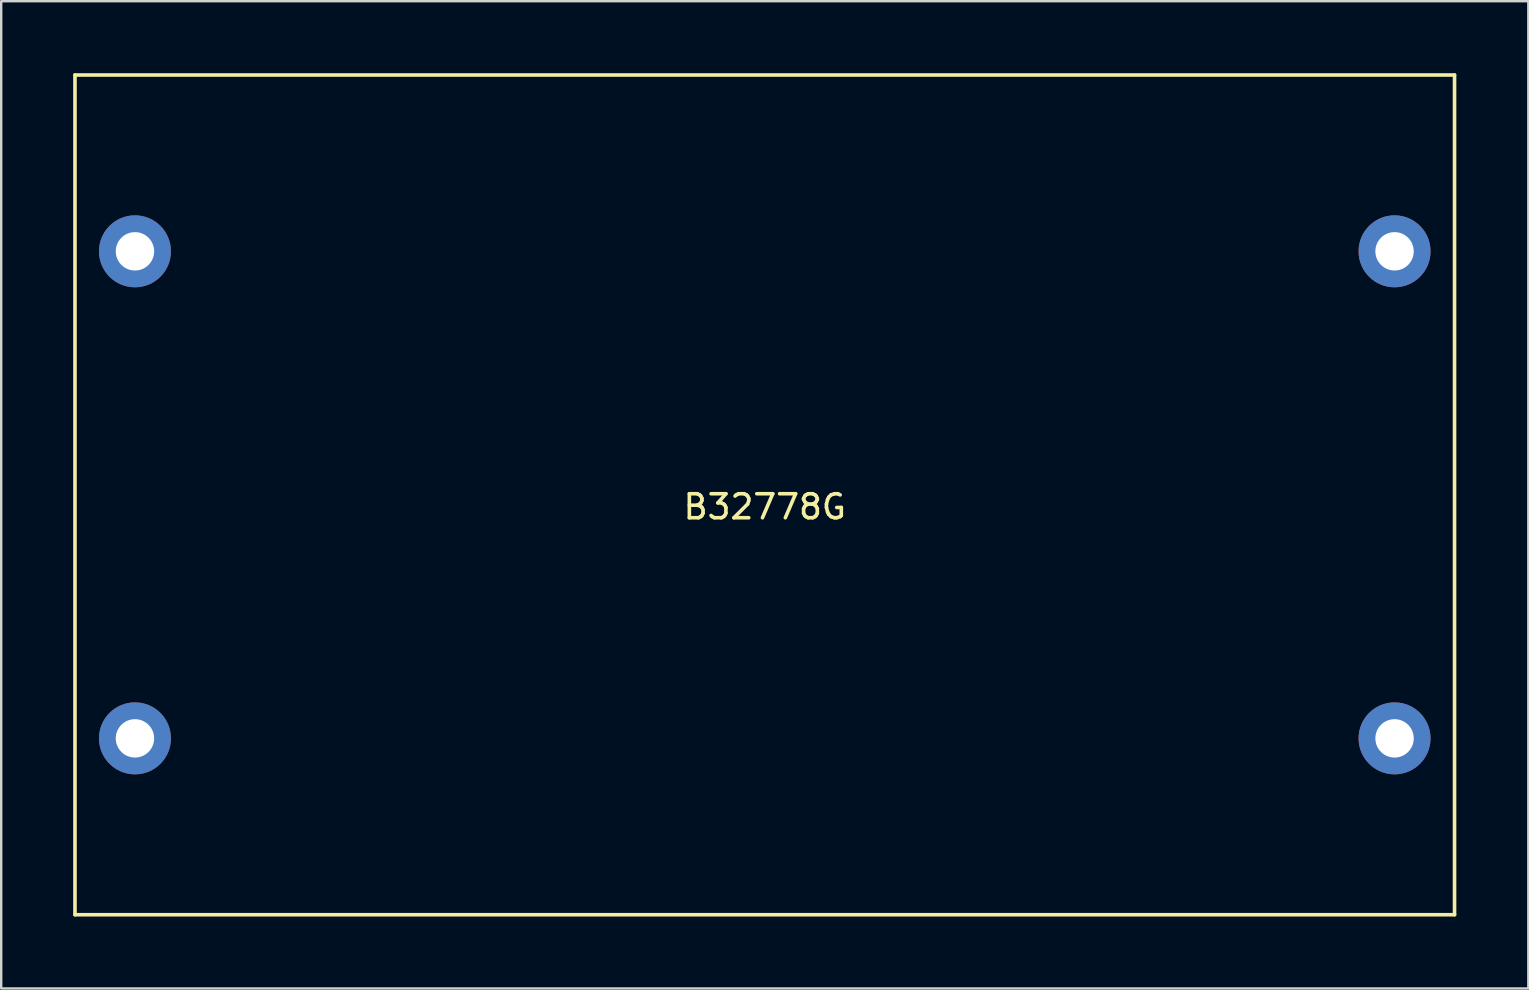
<source format=kicad_pcb>
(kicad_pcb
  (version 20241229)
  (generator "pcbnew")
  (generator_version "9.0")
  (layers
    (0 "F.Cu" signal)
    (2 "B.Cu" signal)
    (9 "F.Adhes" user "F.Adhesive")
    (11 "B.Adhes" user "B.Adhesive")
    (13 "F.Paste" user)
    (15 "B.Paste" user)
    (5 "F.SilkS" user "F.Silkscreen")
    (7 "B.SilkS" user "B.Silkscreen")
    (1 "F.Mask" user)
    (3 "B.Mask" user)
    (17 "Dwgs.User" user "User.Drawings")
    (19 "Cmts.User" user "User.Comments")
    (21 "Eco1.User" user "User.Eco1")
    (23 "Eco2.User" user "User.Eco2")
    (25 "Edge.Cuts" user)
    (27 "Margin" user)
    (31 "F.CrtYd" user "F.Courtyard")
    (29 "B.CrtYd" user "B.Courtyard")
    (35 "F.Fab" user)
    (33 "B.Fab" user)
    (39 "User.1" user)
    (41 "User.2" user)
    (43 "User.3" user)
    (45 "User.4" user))
  (footprint "B32778G"
    (layer "F.Cu")
    (at 28.825 17.575)
    (property "Reference" "B32778G" (at 0 0.5 0) (layer "F.SilkS") (effects (font (size 1 1) (thickness 0.15))))
    (attr through_hole)
    (fp_line (start -28.75 -17.5) (end 28.75 -17.5) (stroke (width 0.15) (type solid)) (layer "F.SilkS"))
    (fp_line (start -28.75 17.5) (end -28.75 -17.5) (stroke (width 0.15) (type solid)) (layer "F.SilkS"))
    (fp_line (start 28.75 -17.5) (end 28.75 17.5) (stroke (width 0.15) (type solid)) (layer "F.SilkS"))
    (fp_line (start 28.75 17.5) (end -28.75 17.5) (stroke (width 0.15) (type solid)) (layer "F.SilkS"))
    (pad "1" thru_hole circle (at 26.25 -10.15) (size 3 3) (drill 1.6) (layers "*.Cu" "*.Mask"))
    (pad "1" thru_hole circle (at 26.25 10.15) (size 3 3) (drill 1.6) (layers "*.Cu" "*.Mask"))
    (pad "2" thru_hole circle (at -26.25 -10.15) (size 3 3) (drill 1.6) (layers "*.Cu" "*.Mask"))
    (pad "2" thru_hole circle (at -26.25 10.15) (size 3 3) (drill 1.6) (layers "*.Cu" "*.Mask")))
  (gr_rect
    (start -3 -3)
    (end 60.65 38.15)
    (stroke (width 0.1) (type default))
    (fill no)
    (layer "Edge.Cuts")))
</source>
